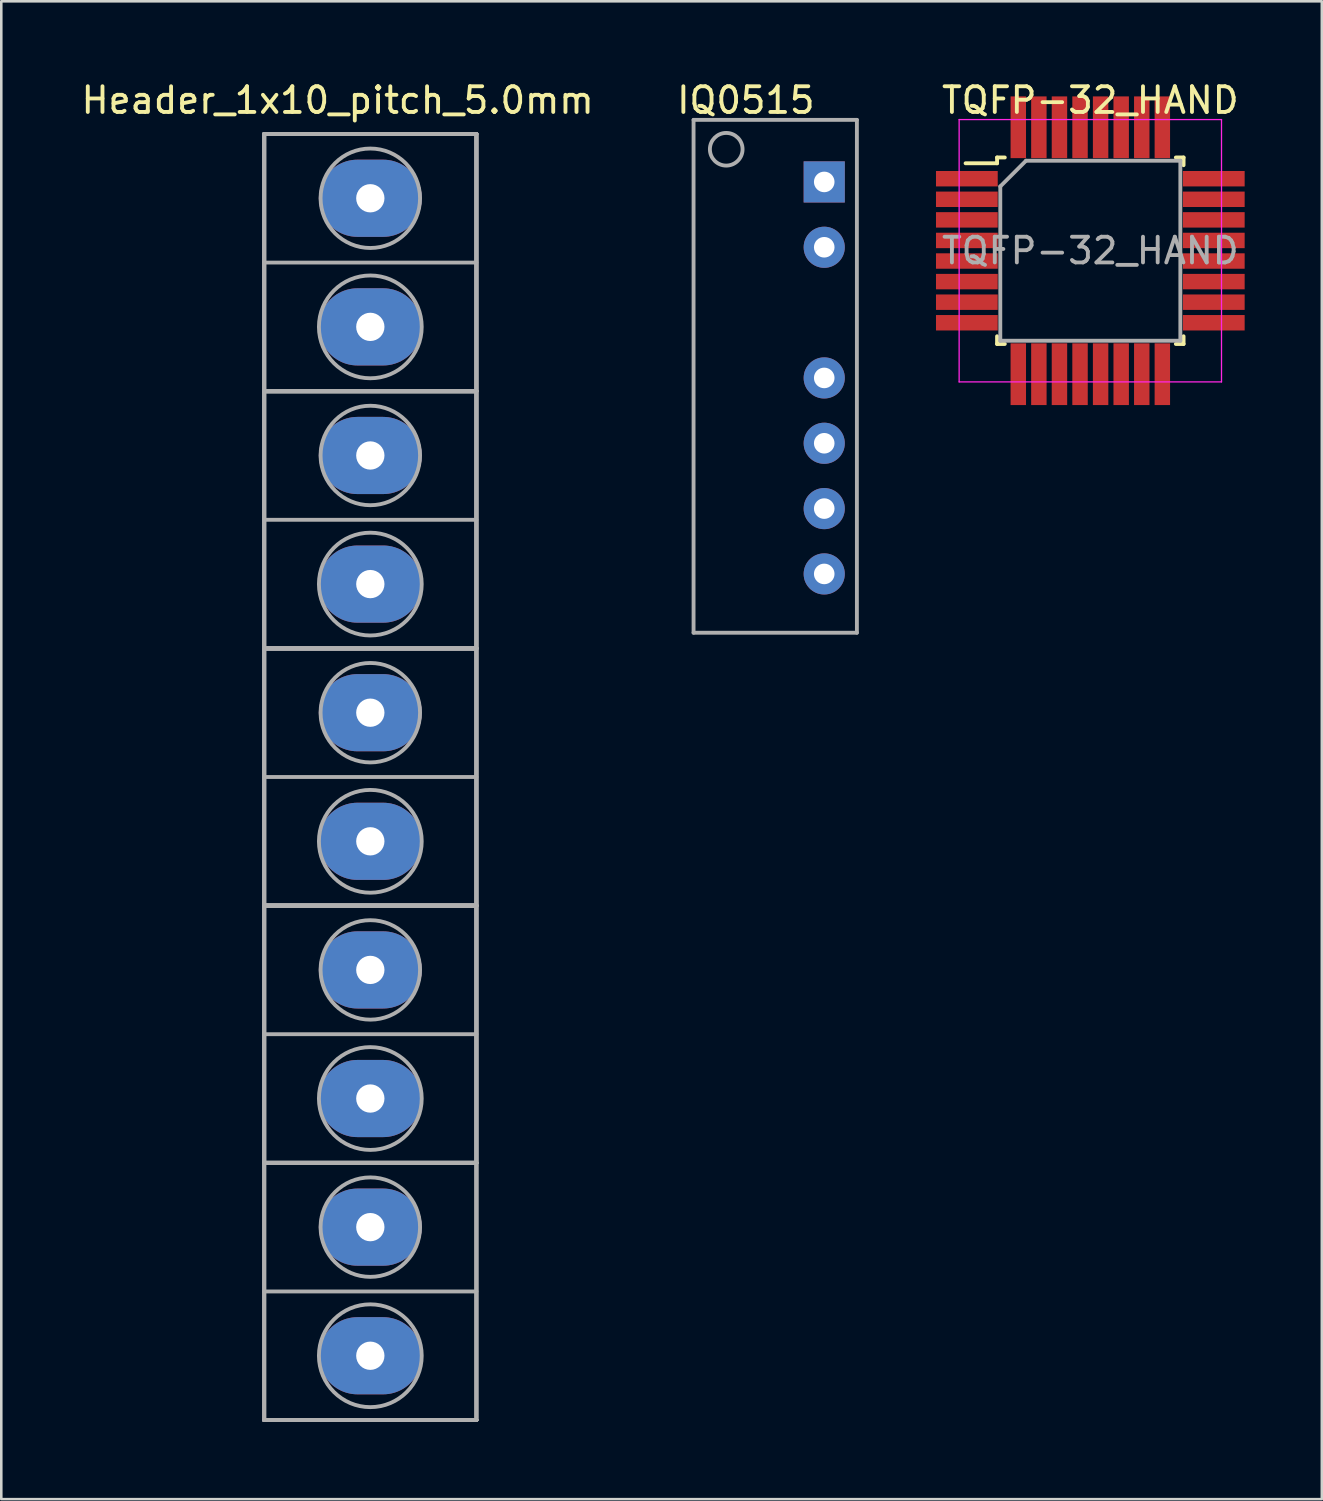
<source format=kicad_pcb>
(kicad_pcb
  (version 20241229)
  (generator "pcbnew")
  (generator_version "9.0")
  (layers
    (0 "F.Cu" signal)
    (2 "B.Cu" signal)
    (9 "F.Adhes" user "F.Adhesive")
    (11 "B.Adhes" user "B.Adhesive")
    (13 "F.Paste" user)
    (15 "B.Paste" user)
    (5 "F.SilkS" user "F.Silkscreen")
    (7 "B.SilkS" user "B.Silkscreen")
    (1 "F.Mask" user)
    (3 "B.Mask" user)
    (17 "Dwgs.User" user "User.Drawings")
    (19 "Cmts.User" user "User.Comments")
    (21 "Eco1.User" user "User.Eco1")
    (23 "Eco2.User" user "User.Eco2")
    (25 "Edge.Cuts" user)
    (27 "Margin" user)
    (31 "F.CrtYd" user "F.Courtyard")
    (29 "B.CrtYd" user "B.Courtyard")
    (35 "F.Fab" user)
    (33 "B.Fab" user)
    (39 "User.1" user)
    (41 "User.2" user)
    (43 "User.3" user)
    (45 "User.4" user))
  (footprint "TQFP-32_HAND"
    (layer "F.Cu")
    (at 39.339 6.698)
    (property "Reference" "TQFP-32_HAND" (at 0 -5.85 0) (layer "F.SilkS") (effects (font (size 1 1) (thickness 0.15))))
    (attr smd)
    (fp_line (start -3.625 -3.625) (end -3.625 -3.4) (stroke (width 0.15) (type solid)) (layer "F.SilkS"))
    (fp_line (start -3.625 -3.625) (end -3.325 -3.625) (stroke (width 0.15) (type solid)) (layer "F.SilkS"))
    (fp_line (start -3.625 -3.4) (end -4.85 -3.4) (stroke (width 0.15) (type solid)) (layer "F.SilkS"))
    (fp_line (start -3.625 3.625) (end -3.625 3.325) (stroke (width 0.15) (type solid)) (layer "F.SilkS"))
    (fp_line (start -3.625 3.625) (end -3.325 3.625) (stroke (width 0.15) (type solid)) (layer "F.SilkS"))
    (fp_line (start 3.625 -3.625) (end 3.325 -3.625) (stroke (width 0.15) (type solid)) (layer "F.SilkS"))
    (fp_line (start 3.625 -3.625) (end 3.625 -3.325) (stroke (width 0.15) (type solid)) (layer "F.SilkS"))
    (fp_line (start 3.625 3.625) (end 3.325 3.625) (stroke (width 0.15) (type solid)) (layer "F.SilkS"))
    (fp_line (start 3.625 3.625) (end 3.625 3.325) (stroke (width 0.15) (type solid)) (layer "F.SilkS"))
    (fp_line (start -5.1 -5.1) (end -5.1 5.1) (stroke (width 0.05) (type solid)) (layer "F.CrtYd"))
    (fp_line (start -5.1 -5.1) (end 5.1 -5.1) (stroke (width 0.05) (type solid)) (layer "F.CrtYd"))
    (fp_line (start -5.1 5.1) (end 5.1 5.1) (stroke (width 0.05) (type solid)) (layer "F.CrtYd"))
    (fp_line (start 5.1 -5.1) (end 5.1 5.1) (stroke (width 0.05) (type solid)) (layer "F.CrtYd"))
    (fp_line (start -3.5 -2.5) (end -2.5 -3.5) (stroke (width 0.15) (type solid)) (layer "F.Fab"))
    (fp_line (start -3.5 3.5) (end -3.5 -2.5) (stroke (width 0.15) (type solid)) (layer "F.Fab"))
    (fp_line (start -2.5 -3.5) (end 3.5 -3.5) (stroke (width 0.15) (type solid)) (layer "F.Fab"))
    (fp_line (start 3.5 -3.5) (end 3.5 3.5) (stroke (width 0.15) (type solid)) (layer "F.Fab"))
    (fp_line (start 3.5 3.5) (end -3.5 3.5) (stroke (width 0.15) (type solid)) (layer "F.Fab"))
    (fp_text user "${REFERENCE}" (at 0 0 0) (layer "F.Fab") (effects (font (size 1 1) (thickness 0.15))))
    (pad "1" smd rect (at -4.8 -2.8) (size 2.4 0.6) (layers "F.Cu" "F.Mask" "F.Paste"))
    (pad "2" smd rect (at -4.8 -2) (size 2.4 0.6) (layers "F.Cu" "F.Mask" "F.Paste"))
    (pad "3" smd rect (at -4.8 -1.2) (size 2.4 0.6) (layers "F.Cu" "F.Mask" "F.Paste"))
    (pad "4" smd rect (at -4.8 -0.4) (size 2.4 0.6) (layers "F.Cu" "F.Mask" "F.Paste"))
    (pad "5" smd rect (at -4.8 0.4) (size 2.4 0.6) (layers "F.Cu" "F.Mask" "F.Paste"))
    (pad "6" smd rect (at -4.8 1.2) (size 2.4 0.6) (layers "F.Cu" "F.Mask" "F.Paste"))
    (pad "7" smd rect (at -4.8 2) (size 2.4 0.6) (layers "F.Cu" "F.Mask" "F.Paste"))
    (pad "8" smd rect (at -4.8 2.8) (size 2.4 0.6) (layers "F.Cu" "F.Mask" "F.Paste"))
    (pad "9" smd rect (at -2.8 4.8 90) (size 2.4 0.6) (layers "F.Cu" "F.Mask" "F.Paste"))
    (pad "10" smd rect (at -2 4.8 90) (size 2.4 0.6) (layers "F.Cu" "F.Mask" "F.Paste"))
    (pad "11" smd rect (at -1.2 4.8 90) (size 2.4 0.6) (layers "F.Cu" "F.Mask" "F.Paste"))
    (pad "12" smd rect (at -0.4 4.8 90) (size 2.4 0.6) (layers "F.Cu" "F.Mask" "F.Paste"))
    (pad "13" smd rect (at 0.4 4.8 90) (size 2.4 0.6) (layers "F.Cu" "F.Mask" "F.Paste"))
    (pad "14" smd rect (at 1.2 4.8 90) (size 2.4 0.6) (layers "F.Cu" "F.Mask" "F.Paste"))
    (pad "15" smd rect (at 2 4.8 90) (size 2.4 0.6) (layers "F.Cu" "F.Mask" "F.Paste"))
    (pad "16" smd rect (at 2.8 4.8 90) (size 2.4 0.6) (layers "F.Cu" "F.Mask" "F.Paste"))
    (pad "17" smd rect (at 4.8 2.8) (size 2.4 0.6) (layers "F.Cu" "F.Mask" "F.Paste"))
    (pad "18" smd rect (at 4.8 2) (size 2.4 0.6) (layers "F.Cu" "F.Mask" "F.Paste"))
    (pad "19" smd rect (at 4.8 1.2) (size 2.4 0.6) (layers "F.Cu" "F.Mask" "F.Paste"))
    (pad "20" smd rect (at 4.8 0.4) (size 2.4 0.6) (layers "F.Cu" "F.Mask" "F.Paste"))
    (pad "21" smd rect (at 4.8 -0.4) (size 2.4 0.6) (layers "F.Cu" "F.Mask" "F.Paste"))
    (pad "22" smd rect (at 4.8 -1.2) (size 2.4 0.6) (layers "F.Cu" "F.Mask" "F.Paste"))
    (pad "23" smd rect (at 4.8 -2) (size 2.4 0.6) (layers "F.Cu" "F.Mask" "F.Paste"))
    (pad "24" smd rect (at 4.8 -2.8) (size 2.4 0.6) (layers "F.Cu" "F.Mask" "F.Paste"))
    (pad "25" smd rect (at 2.8 -4.8 90) (size 2.4 0.6) (layers "F.Cu" "F.Mask" "F.Paste"))
    (pad "26" smd rect (at 2 -4.8 90) (size 2.4 0.6) (layers "F.Cu" "F.Mask" "F.Paste"))
    (pad "27" smd rect (at 1.2 -4.8 90) (size 2.4 0.6) (layers "F.Cu" "F.Mask" "F.Paste"))
    (pad "28" smd rect (at 0.4 -4.8 90) (size 2.4 0.6) (layers "F.Cu" "F.Mask" "F.Paste"))
    (pad "29" smd rect (at -0.4 -4.8 90) (size 2.4 0.6) (layers "F.Cu" "F.Mask" "F.Paste"))
    (pad "30" smd rect (at -1.2 -4.8 90) (size 2.4 0.6) (layers "F.Cu" "F.Mask" "F.Paste"))
    (pad "31" smd rect (at -2 -4.8 90) (size 2.4 0.6) (layers "F.Cu" "F.Mask" "F.Paste"))
    (pad "32" smd rect (at -2.8 -4.8 90) (size 2.4 0.6) (layers "F.Cu" "F.Mask" "F.Paste")))
  (footprint "Header_1x10_pitch_5.0mm"
    (layer "F.Cu")
    (at 11.347 4.658)
    (property "Reference" "Header_1x10_pitch_5.0mm" (at -1.27 -3.81 0) (layer "F.SilkS") (effects (font (size 1 1) (thickness 0.15))))
    (attr through_hole)
    (fp_line (start -4.125 -2.5) (end -4.125 7.5) (stroke (width 0.15) (type solid)) (layer "F.Fab"))
    (fp_line (start -4.125 -2.5) (end -4.125 7.5) (stroke (width 0.15) (type solid)) (layer "F.Fab"))
    (fp_line (start -4.125 -2.5) (end -4.125 7.5) (stroke (width 0.15) (type solid)) (layer "F.Fab"))
    (fp_line (start -4.125 -2.5) (end -4.125 7.5) (stroke (width 0.15) (type solid)) (layer "F.Fab"))
    (fp_line (start -4.125 -2.5) (end 4.125 -2.5) (stroke (width 0.15) (type solid)) (layer "F.Fab"))
    (fp_line (start -4.125 -2.5) (end 4.125 -2.5) (stroke (width 0.15) (type solid)) (layer "F.Fab"))
    (fp_line (start -4.125 -2.5) (end 4.125 -2.5) (stroke (width 0.15) (type solid)) (layer "F.Fab"))
    (fp_line (start -4.125 -2.5) (end 4.125 -2.5) (stroke (width 0.15) (type solid)) (layer "F.Fab"))
    (fp_line (start -4.125 2.5) (end 4.125 2.5) (stroke (width 0.15) (type solid)) (layer "F.Fab"))
    (fp_line (start -4.125 7.5) (end -4.125 17.5) (stroke (width 0.15) (type solid)) (layer "F.Fab"))
    (fp_line (start -4.125 7.5) (end -4.125 17.5) (stroke (width 0.15) (type solid)) (layer "F.Fab"))
    (fp_line (start -4.125 7.5) (end -4.125 17.5) (stroke (width 0.15) (type solid)) (layer "F.Fab"))
    (fp_line (start -4.125 7.5) (end -4.125 17.5) (stroke (width 0.15) (type solid)) (layer "F.Fab"))
    (fp_line (start -4.125 7.5) (end 4.125 7.5) (stroke (width 0.15) (type solid)) (layer "F.Fab"))
    (fp_line (start -4.125 7.5) (end 4.125 7.5) (stroke (width 0.15) (type solid)) (layer "F.Fab"))
    (fp_line (start -4.125 7.5) (end 4.125 7.5) (stroke (width 0.15) (type solid)) (layer "F.Fab"))
    (fp_line (start -4.125 7.5) (end 4.125 7.5) (stroke (width 0.15) (type solid)) (layer "F.Fab"))
    (fp_line (start -4.125 7.5) (end 4.125 7.5) (stroke (width 0.15) (type solid)) (layer "F.Fab"))
    (fp_line (start -4.125 7.5) (end 4.125 7.5) (stroke (width 0.15) (type solid)) (layer "F.Fab"))
    (fp_line (start -4.125 7.5) (end 4.125 7.5) (stroke (width 0.15) (type solid)) (layer "F.Fab"))
    (fp_line (start -4.125 7.5) (end 4.125 7.5) (stroke (width 0.15) (type solid)) (layer "F.Fab"))
    (fp_line (start -4.125 12.5) (end 4.125 12.5) (stroke (width 0.15) (type solid)) (layer "F.Fab"))
    (fp_line (start -4.125 17.5) (end -4.125 27.5) (stroke (width 0.15) (type solid)) (layer "F.Fab"))
    (fp_line (start -4.125 17.5) (end -4.125 27.5) (stroke (width 0.15) (type solid)) (layer "F.Fab"))
    (fp_line (start -4.125 17.5) (end -4.125 27.5) (stroke (width 0.15) (type solid)) (layer "F.Fab"))
    (fp_line (start -4.125 17.5) (end -4.125 27.5) (stroke (width 0.15) (type solid)) (layer "F.Fab"))
    (fp_line (start -4.125 17.5) (end 4.125 17.5) (stroke (width 0.15) (type solid)) (layer "F.Fab"))
    (fp_line (start -4.125 17.5) (end 4.125 17.5) (stroke (width 0.15) (type solid)) (layer "F.Fab"))
    (fp_line (start -4.125 17.5) (end 4.125 17.5) (stroke (width 0.15) (type solid)) (layer "F.Fab"))
    (fp_line (start -4.125 17.5) (end 4.125 17.5) (stroke (width 0.15) (type solid)) (layer "F.Fab"))
    (fp_line (start -4.125 17.5) (end 4.125 17.5) (stroke (width 0.15) (type solid)) (layer "F.Fab"))
    (fp_line (start -4.125 17.5) (end 4.125 17.5) (stroke (width 0.15) (type solid)) (layer "F.Fab"))
    (fp_line (start -4.125 17.5) (end 4.125 17.5) (stroke (width 0.15) (type solid)) (layer "F.Fab"))
    (fp_line (start -4.125 17.5) (end 4.125 17.5) (stroke (width 0.15) (type solid)) (layer "F.Fab"))
    (fp_line (start -4.125 22.5) (end 4.125 22.5) (stroke (width 0.15) (type solid)) (layer "F.Fab"))
    (fp_line (start -4.125 27.5) (end -4.125 37.5) (stroke (width 0.15) (type solid)) (layer "F.Fab"))
    (fp_line (start -4.125 27.5) (end -4.125 37.5) (stroke (width 0.15) (type solid)) (layer "F.Fab"))
    (fp_line (start -4.125 27.5) (end -4.125 37.5) (stroke (width 0.15) (type solid)) (layer "F.Fab"))
    (fp_line (start -4.125 27.5) (end -4.125 37.5) (stroke (width 0.15) (type solid)) (layer "F.Fab"))
    (fp_line (start -4.125 27.5) (end 4.125 27.5) (stroke (width 0.15) (type solid)) (layer "F.Fab"))
    (fp_line (start -4.125 27.5) (end 4.125 27.5) (stroke (width 0.15) (type solid)) (layer "F.Fab"))
    (fp_line (start -4.125 27.5) (end 4.125 27.5) (stroke (width 0.15) (type solid)) (layer "F.Fab"))
    (fp_line (start -4.125 27.5) (end 4.125 27.5) (stroke (width 0.15) (type solid)) (layer "F.Fab"))
    (fp_line (start -4.125 27.5) (end 4.125 27.5) (stroke (width 0.15) (type solid)) (layer "F.Fab"))
    (fp_line (start -4.125 27.5) (end 4.125 27.5) (stroke (width 0.15) (type solid)) (layer "F.Fab"))
    (fp_line (start -4.125 27.5) (end 4.125 27.5) (stroke (width 0.15) (type solid)) (layer "F.Fab"))
    (fp_line (start -4.125 27.5) (end 4.125 27.5) (stroke (width 0.15) (type solid)) (layer "F.Fab"))
    (fp_line (start -4.125 32.5) (end 4.125 32.5) (stroke (width 0.15) (type solid)) (layer "F.Fab"))
    (fp_line (start -4.125 37.5) (end -4.125 47.5) (stroke (width 0.15) (type solid)) (layer "F.Fab"))
    (fp_line (start -4.125 37.5) (end -4.125 47.5) (stroke (width 0.15) (type solid)) (layer "F.Fab"))
    (fp_line (start -4.125 37.5) (end -4.125 47.5) (stroke (width 0.15) (type solid)) (layer "F.Fab"))
    (fp_line (start -4.125 37.5) (end 4.125 37.5) (stroke (width 0.15) (type solid)) (layer "F.Fab"))
    (fp_line (start -4.125 37.5) (end 4.125 37.5) (stroke (width 0.15) (type solid)) (layer "F.Fab"))
    (fp_line (start -4.125 37.5) (end 4.125 37.5) (stroke (width 0.15) (type solid)) (layer "F.Fab"))
    (fp_line (start -4.125 37.5) (end 4.125 37.5) (stroke (width 0.15) (type solid)) (layer "F.Fab"))
    (fp_line (start -4.125 37.5) (end 4.125 37.5) (stroke (width 0.15) (type solid)) (layer "F.Fab"))
    (fp_line (start -4.125 37.5) (end 4.125 37.5) (stroke (width 0.15) (type solid)) (layer "F.Fab"))
    (fp_line (start -4.125 37.5) (end 4.125 37.5) (stroke (width 0.15) (type solid)) (layer "F.Fab"))
    (fp_line (start -4.125 37.5) (end 4.125 37.5) (stroke (width 0.15) (type solid)) (layer "F.Fab"))
    (fp_line (start -4.125 42.5) (end 4.125 42.5) (stroke (width 0.15) (type solid)) (layer "F.Fab"))
    (fp_line (start -4.125 47.5) (end 4.125 47.5) (stroke (width 0.15) (type solid)) (layer "F.Fab"))
    (fp_line (start -4.125 47.5) (end 4.125 47.5) (stroke (width 0.15) (type solid)) (layer "F.Fab"))
    (fp_line (start -4.125 47.5) (end 4.125 47.5) (stroke (width 0.15) (type solid)) (layer "F.Fab"))
    (fp_line (start -4.125 47.5) (end 4.125 47.5) (stroke (width 0.15) (type solid)) (layer "F.Fab"))
    (fp_line (start -4.125 47.5) (end 4.125 47.5) (stroke (width 0.15) (type solid)) (layer "F.Fab"))
    (fp_line (start -4.125 47.5) (end 4.125 47.5) (stroke (width 0.15) (type solid)) (layer "F.Fab"))
    (fp_line (start -4.125 47.5) (end 4.125 47.5) (stroke (width 0.15) (type solid)) (layer "F.Fab"))
    (fp_line (start -4.125 47.5) (end 4.125 47.5) (stroke (width 0.15) (type solid)) (layer "F.Fab"))
    (fp_line (start 4.125 -2.5) (end 4.125 7.5) (stroke (width 0.15) (type solid)) (layer "F.Fab"))
    (fp_line (start 4.125 -2.5) (end 4.125 7.5) (stroke (width 0.15) (type solid)) (layer "F.Fab"))
    (fp_line (start 4.125 -2.5) (end 4.125 7.5) (stroke (width 0.15) (type solid)) (layer "F.Fab"))
    (fp_line (start 4.125 -2.5) (end 4.125 7.5) (stroke (width 0.15) (type solid)) (layer "F.Fab"))
    (fp_line (start 4.125 7.5) (end 4.125 17.5) (stroke (width 0.15) (type solid)) (layer "F.Fab"))
    (fp_line (start 4.125 7.5) (end 4.125 17.5) (stroke (width 0.15) (type solid)) (layer "F.Fab"))
    (fp_line (start 4.125 7.5) (end 4.125 17.5) (stroke (width 0.15) (type solid)) (layer "F.Fab"))
    (fp_line (start 4.125 7.5) (end 4.125 17.5) (stroke (width 0.15) (type solid)) (layer "F.Fab"))
    (fp_line (start 4.125 17.5) (end 4.125 27.5) (stroke (width 0.15) (type solid)) (layer "F.Fab"))
    (fp_line (start 4.125 17.5) (end 4.125 27.5) (stroke (width 0.15) (type solid)) (layer "F.Fab"))
    (fp_line (start 4.125 17.5) (end 4.125 27.5) (stroke (width 0.15) (type solid)) (layer "F.Fab"))
    (fp_line (start 4.125 17.5) (end 4.125 27.5) (stroke (width 0.15) (type solid)) (layer "F.Fab"))
    (fp_line (start 4.125 27.5) (end 4.125 37.5) (stroke (width 0.15) (type solid)) (layer "F.Fab"))
    (fp_line (start 4.125 27.5) (end 4.125 37.5) (stroke (width 0.15) (type solid)) (layer "F.Fab"))
    (fp_line (start 4.125 27.5) (end 4.125 37.5) (stroke (width 0.15) (type solid)) (layer "F.Fab"))
    (fp_line (start 4.125 27.5) (end 4.125 37.5) (stroke (width 0.15) (type solid)) (layer "F.Fab"))
    (fp_line (start 4.125 37.5) (end 4.125 47.5) (stroke (width 0.15) (type solid)) (layer "F.Fab"))
    (fp_line (start 4.125 37.5) (end 4.125 47.5) (stroke (width 0.15) (type solid)) (layer "F.Fab"))
    (fp_line (start 4.125 37.5) (end 4.125 47.5) (stroke (width 0.15) (type solid)) (layer "F.Fab"))
    (fp_circle (center 0 0) (end 1.25 -1.475) (stroke (width 0.15) (type solid)) (fill no) (layer "F.Fab"))
    (fp_circle (center 0 5) (end 1.375 3.55) (stroke (width 0.15) (type solid)) (fill no) (layer "F.Fab"))
    (fp_circle (center 0 10) (end 1.25 8.525) (stroke (width 0.15) (type solid)) (fill no) (layer "F.Fab"))
    (fp_circle (center 0 15) (end 1.375 13.55) (stroke (width 0.15) (type solid)) (fill no) (layer "F.Fab"))
    (fp_circle (center 0 20) (end 1.25 18.525) (stroke (width 0.15) (type solid)) (fill no) (layer "F.Fab"))
    (fp_circle (center 0 25) (end 1.375 23.55) (stroke (width 0.15) (type solid)) (fill no) (layer "F.Fab"))
    (fp_circle (center 0 30) (end 1.25 28.525) (stroke (width 0.15) (type solid)) (fill no) (layer "F.Fab"))
    (fp_circle (center 0 35) (end 1.375 33.55) (stroke (width 0.15) (type solid)) (fill no) (layer "F.Fab"))
    (fp_circle (center 0 40) (end 1.25 38.525) (stroke (width 0.15) (type solid)) (fill no) (layer "F.Fab"))
    (fp_circle (center 0 45) (end 1.375 43.55) (stroke (width 0.15) (type solid)) (fill no) (layer "F.Fab"))
    (pad "1" thru_hole oval (at 0 0) (size 4 3) (drill 1.1) (layers "*.Cu" "*.Mask"))
    (pad "2" thru_hole oval (at 0 5) (size 4 3) (drill 1.1) (layers "*.Cu" "*.Mask"))
    (pad "3" thru_hole oval (at 0 10) (size 4 3) (drill 1.1) (layers "*.Cu" "*.Mask"))
    (pad "4" thru_hole oval (at 0 15) (size 4 3) (drill 1.1) (layers "*.Cu" "*.Mask"))
    (pad "5" thru_hole oval (at 0 20) (size 4 3) (drill 1.1) (layers "*.Cu" "*.Mask"))
    (pad "6" thru_hole oval (at 0 25) (size 4 3) (drill 1.1) (layers "*.Cu" "*.Mask"))
    (pad "7" thru_hole oval (at 0 30) (size 4 3) (drill 1.1) (layers "*.Cu" "*.Mask"))
    (pad "8" thru_hole oval (at 0 35) (size 4 3) (drill 1.1) (layers "*.Cu" "*.Mask"))
    (pad "9" thru_hole oval (at 0 40) (size 4 3) (drill 1.1) (layers "*.Cu" "*.Mask"))
    (pad "10" thru_hole oval (at 0 45) (size 4 3) (drill 1.1) (layers "*.Cu" "*.Mask")))
  (footprint "IQ0515"
    (layer "F.Cu")
    (at 28.994 4.023)
    (property "Reference" "IQ0515" (at -3.048 -3.175 0) (layer "F.SilkS") (effects (font (size 1 1) (thickness 0.15))))
    (attr through_hole)
    (fp_line (start -5.08 -2.413) (end -5.08 17.526) (stroke (width 0.15) (type solid)) (layer "F.Fab"))
    (fp_line (start -5.08 17.526) (end 1.27 17.526) (stroke (width 0.15) (type solid)) (layer "F.Fab"))
    (fp_line (start 1.27 -2.413) (end -5.08 -2.413) (stroke (width 0.15) (type solid)) (layer "F.Fab"))
    (fp_line (start 1.27 17.526) (end 1.27 -2.413) (stroke (width 0.15) (type solid)) (layer "F.Fab"))
    (fp_circle (center -3.81 -1.27) (end -3.81 -1.905) (stroke (width 0.15) (type solid)) (fill no) (layer "F.Fab"))
    (pad "1" thru_hole rect (at 0 0) (size 1.6 1.6) (drill 0.8) (layers "*.Cu" "*.Mask"))
    (pad "2" thru_hole oval (at 0 2.54) (size 1.6 1.6) (drill 0.8) (layers "*.Cu" "*.Mask"))
    (pad "4" thru_hole oval (at 0 7.62) (size 1.6 1.6) (drill 0.8) (layers "*.Cu" "*.Mask"))
    (pad "5" thru_hole oval (at 0 10.16) (size 1.6 1.6) (drill 0.8) (layers "*.Cu" "*.Mask"))
    (pad "6" thru_hole oval (at 0 12.7) (size 1.6 1.6) (drill 0.8) (layers "*.Cu" "*.Mask"))
    (pad "7" thru_hole oval (at 0 15.24) (size 1.6 1.6) (drill 0.8) (layers "*.Cu" "*.Mask")))
  (gr_rect
    (start -3 -3)
    (end 48.339 55.233)
    (stroke (width 0.1) (type default))
    (fill no)
    (layer "Edge.Cuts")))
</source>
